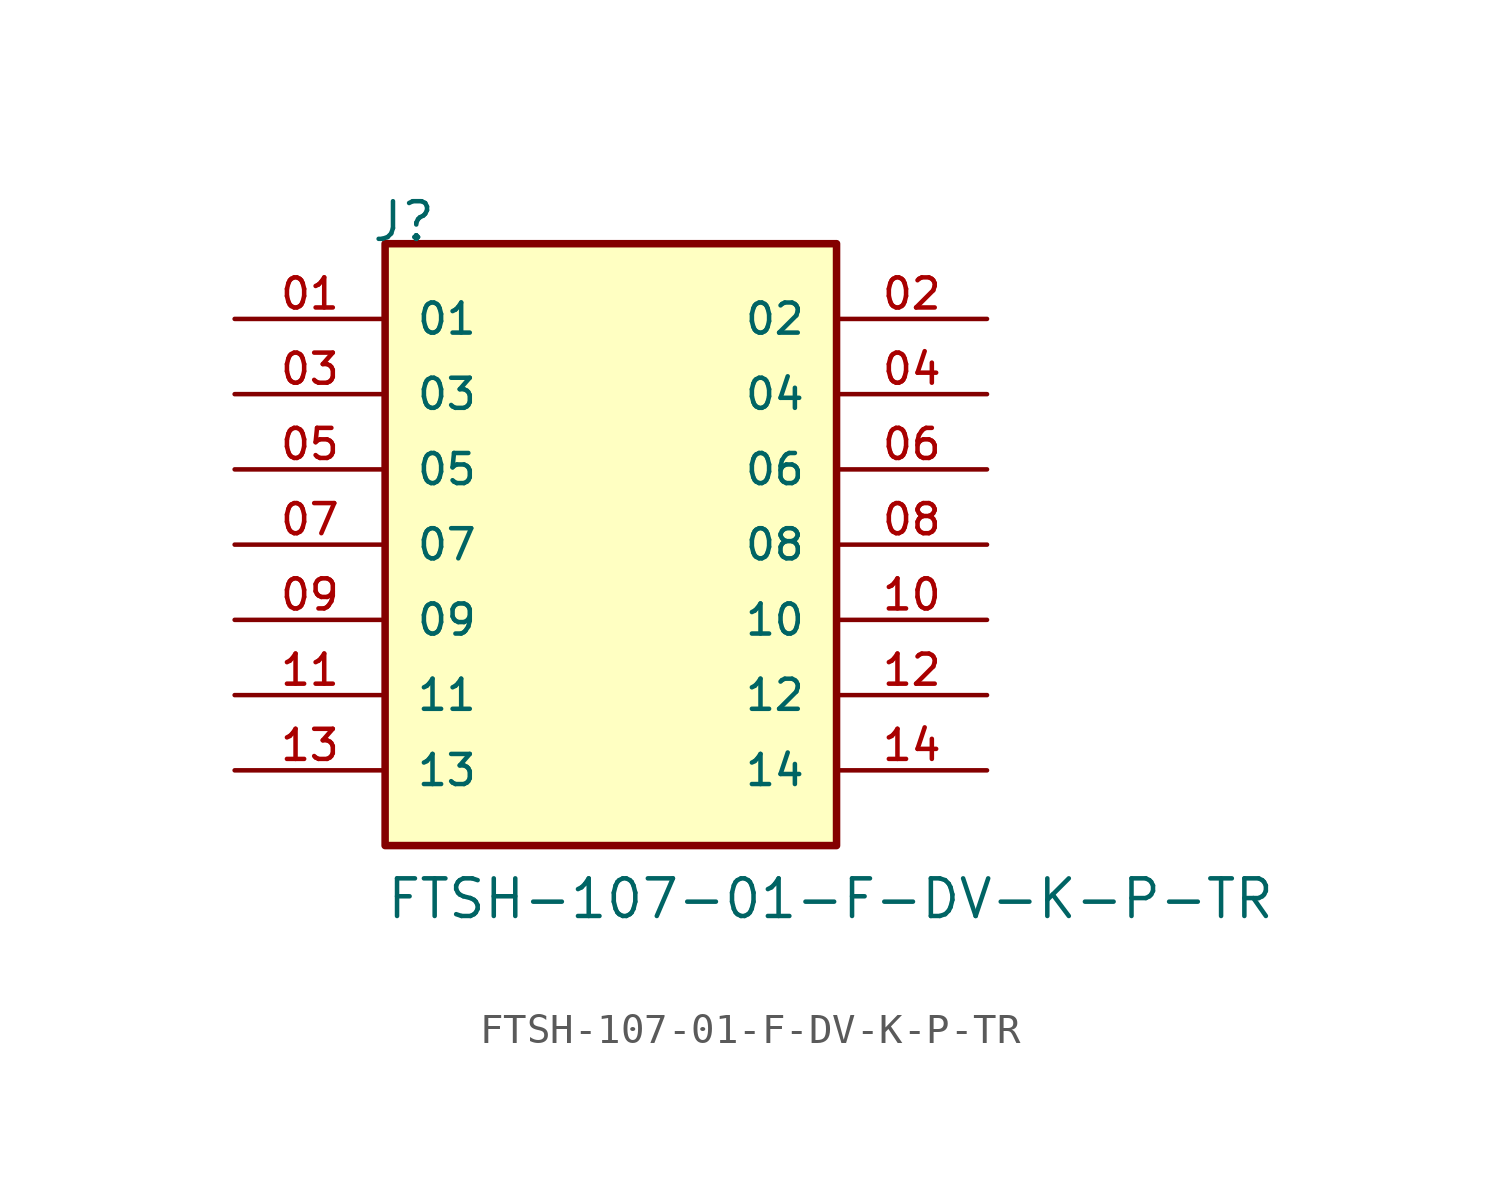
<source format=kicad_sym>
(kicad_symbol_lib
  (version 20211014)
  (generator kicad_symbol_editor)
  (symbol "FTSH-107-01-F-DV-K-P-TR"
    (pin_names
      (offset 1.016))
    (property "Reference" "J"
      (at -8.12 10.16 0)
      (effects (font (size 1.27 1.27)) (justify bottom left)))
    (property "Value" "FTSH-107-01-F-DV-K-P-TR"
      (at -7.62 -12.7 0)
      (effects (font (size 1.27 1.27)) (justify bottom left)))
    (symbol "FTSH-107-01-F-DV-K-P-TR_0_0"
      (rectangle (start -7.62 -10.16) (end 7.62 10.16) (stroke (width 0.254)) (fill (type background)))
      (pin passive line (at -12.7 7.62 0) (length 5.08) (name "01" (effects (font (size 1.016 1.016)))) (number "01" (effects (font (size 1.016 1.016)))))
      (pin passive line (at 12.7 7.62 180.0) (length 5.08) (name "02" (effects (font (size 1.016 1.016)))) (number "02" (effects (font (size 1.016 1.016)))))
      (pin passive line (at -12.7 5.08 0) (length 5.08) (name "03" (effects (font (size 1.016 1.016)))) (number "03" (effects (font (size 1.016 1.016)))))
      (pin passive line (at 12.7 5.08 180.0) (length 5.08) (name "04" (effects (font (size 1.016 1.016)))) (number "04" (effects (font (size 1.016 1.016)))))
      (pin passive line (at -12.7 2.54 0) (length 5.08) (name "05" (effects (font (size 1.016 1.016)))) (number "05" (effects (font (size 1.016 1.016)))))
      (pin passive line (at 12.7 2.54 180.0) (length 5.08) (name "06" (effects (font (size 1.016 1.016)))) (number "06" (effects (font (size 1.016 1.016)))))
      (pin passive line (at -12.7 0.0 0) (length 5.08) (name "07" (effects (font (size 1.016 1.016)))) (number "07" (effects (font (size 1.016 1.016)))))
      (pin passive line (at 12.7 0.0 180.0) (length 5.08) (name "08" (effects (font (size 1.016 1.016)))) (number "08" (effects (font (size 1.016 1.016)))))
      (pin passive line (at -12.7 -2.54 0) (length 5.08) (name "09" (effects (font (size 1.016 1.016)))) (number "09" (effects (font (size 1.016 1.016)))))
      (pin passive line (at 12.7 -2.54 180.0) (length 5.08) (name "10" (effects (font (size 1.016 1.016)))) (number "10" (effects (font (size 1.016 1.016)))))
      (pin passive line (at -12.7 -5.08 0) (length 5.08) (name "11" (effects (font (size 1.016 1.016)))) (number "11" (effects (font (size 1.016 1.016)))))
      (pin passive line (at 12.7 -5.08 180.0) (length 5.08) (name "12" (effects (font (size 1.016 1.016)))) (number "12" (effects (font (size 1.016 1.016)))))
      (pin passive line (at -12.7 -7.62 0) (length 5.08) (name "13" (effects (font (size 1.016 1.016)))) (number "13" (effects (font (size 1.016 1.016)))))
      (pin passive line (at 12.7 -7.62 180.0) (length 5.08) (name "14" (effects (font (size 1.016 1.016)))) (number "14" (effects (font (size 1.016 1.016))))))))
</source>
